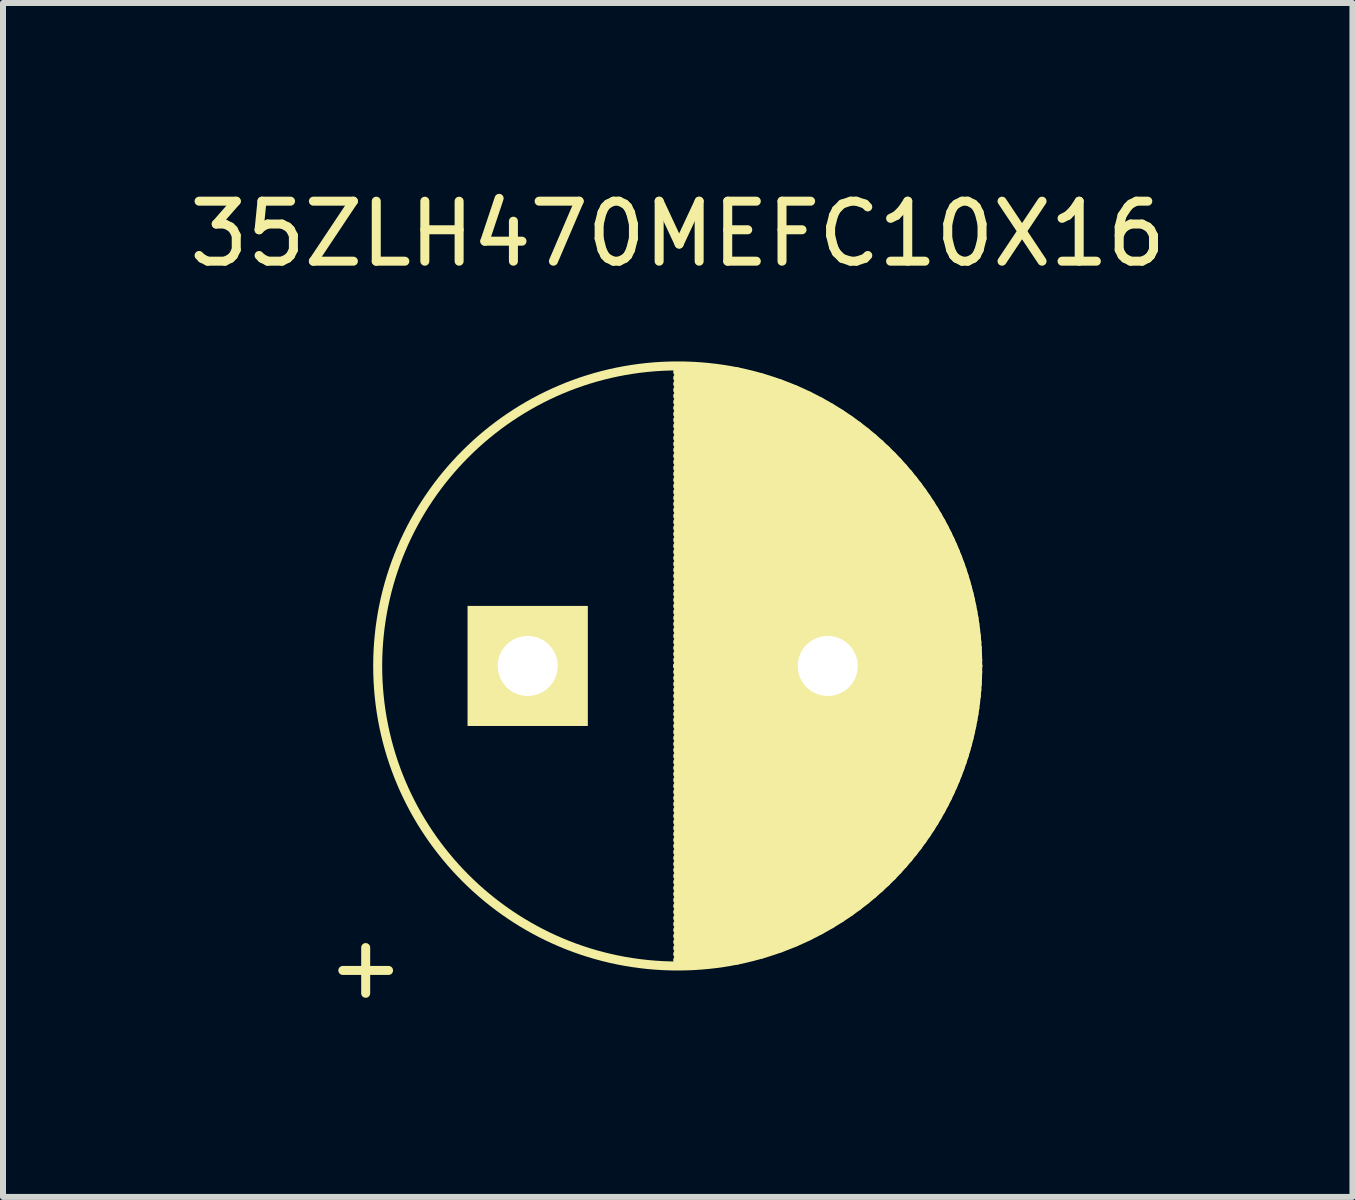
<source format=kicad_pcb>
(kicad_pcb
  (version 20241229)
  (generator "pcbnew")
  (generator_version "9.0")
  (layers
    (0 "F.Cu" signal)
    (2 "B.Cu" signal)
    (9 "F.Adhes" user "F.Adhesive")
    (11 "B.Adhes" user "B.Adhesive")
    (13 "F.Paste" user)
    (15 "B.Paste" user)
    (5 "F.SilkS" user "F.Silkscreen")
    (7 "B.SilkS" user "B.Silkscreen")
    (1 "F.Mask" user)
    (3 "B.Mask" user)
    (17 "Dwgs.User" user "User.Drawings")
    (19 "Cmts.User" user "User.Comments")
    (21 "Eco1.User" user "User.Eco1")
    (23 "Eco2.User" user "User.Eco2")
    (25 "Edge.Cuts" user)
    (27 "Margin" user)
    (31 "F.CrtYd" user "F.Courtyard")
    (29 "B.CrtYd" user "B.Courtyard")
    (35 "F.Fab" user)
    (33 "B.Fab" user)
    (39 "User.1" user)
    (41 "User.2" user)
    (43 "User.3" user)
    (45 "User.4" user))
  (footprint "35ZLH470MEFC10X16"
    (layer "F.Cu")
    (at 5.744 8.048)
    (property "Reference" "35ZLH470MEFC10X16" (at 2.5 -7.2 0) (layer "F.SilkS") (effects (font (size 1 1) (thickness 0.15))))
    (attr through_hole)
    (fp_line (start 2.5 -4.9) (end 3.495 -4.9) (stroke (width 0.15) (type solid)) (layer "F.SilkS"))
    (fp_line (start 2.5 -4.8) (end 3.9 -4.8) (stroke (width 0.15) (type solid)) (layer "F.SilkS"))
    (fp_line (start 2.5 -4.7) (end 4.206 -4.7) (stroke (width 0.15) (type solid)) (layer "F.SilkS"))
    (fp_line (start 2.5 -4.6) (end 4.46 -4.6) (stroke (width 0.15) (type solid)) (layer "F.SilkS"))
    (fp_line (start 2.5 -4.5) (end 4.679 -4.5) (stroke (width 0.15) (type solid)) (layer "F.SilkS"))
    (fp_line (start 2.5 -4.4) (end 4.875 -4.4) (stroke (width 0.15) (type solid)) (layer "F.SilkS"))
    (fp_line (start 2.5 -4.3) (end 5.051 -4.3) (stroke (width 0.15) (type solid)) (layer "F.SilkS"))
    (fp_line (start 2.5 -4.2) (end 5.213 -4.2) (stroke (width 0.15) (type solid)) (layer "F.SilkS"))
    (fp_line (start 2.5 -4.1) (end 5.362 -4.1) (stroke (width 0.15) (type solid)) (layer "F.SilkS"))
    (fp_line (start 2.5 -4) (end 5.5 -4) (stroke (width 0.15) (type solid)) (layer "F.SilkS"))
    (fp_line (start 2.5 -3.9) (end 5.629 -3.9) (stroke (width 0.15) (type solid)) (layer "F.SilkS"))
    (fp_line (start 2.5 -3.8) (end 5.75 -3.8) (stroke (width 0.15) (type solid)) (layer "F.SilkS"))
    (fp_line (start 2.5 -3.7) (end 5.863 -3.7) (stroke (width 0.15) (type solid)) (layer "F.SilkS"))
    (fp_line (start 2.5 -3.6) (end 5.97 -3.6) (stroke (width 0.15) (type solid)) (layer "F.SilkS"))
    (fp_line (start 2.5 -3.5) (end 6.071 -3.5) (stroke (width 0.15) (type solid)) (layer "F.SilkS"))
    (fp_line (start 2.5 -3.4) (end 6.166 -3.4) (stroke (width 0.15) (type solid)) (layer "F.SilkS"))
    (fp_line (start 2.5 -3.3) (end 6.256 -3.3) (stroke (width 0.15) (type solid)) (layer "F.SilkS"))
    (fp_line (start 2.5 -3.2) (end 6.342 -3.2) (stroke (width 0.15) (type solid)) (layer "F.SilkS"))
    (fp_line (start 2.5 -3.1) (end 6.423 -3.1) (stroke (width 0.15) (type solid)) (layer "F.SilkS"))
    (fp_line (start 2.5 -3) (end 6.5 -3) (stroke (width 0.15) (type solid)) (layer "F.SilkS"))
    (fp_line (start 2.5 -2.9) (end 6.573 -2.9) (stroke (width 0.15) (type solid)) (layer "F.SilkS"))
    (fp_line (start 2.5 -2.8) (end 6.642 -2.8) (stroke (width 0.15) (type solid)) (layer "F.SilkS"))
    (fp_line (start 2.5 -2.7) (end 6.708 -2.7) (stroke (width 0.15) (type solid)) (layer "F.SilkS"))
    (fp_line (start 2.5 -2.6) (end 6.771 -2.6) (stroke (width 0.15) (type solid)) (layer "F.SilkS"))
    (fp_line (start 2.5 -2.5) (end 6.83 -2.5) (stroke (width 0.15) (type solid)) (layer "F.SilkS"))
    (fp_line (start 2.5 -2.4) (end 6.886 -2.4) (stroke (width 0.15) (type solid)) (layer "F.SilkS"))
    (fp_line (start 2.5 -2.3) (end 6.94 -2.3) (stroke (width 0.15) (type solid)) (layer "F.SilkS"))
    (fp_line (start 2.5 -2.2) (end 6.99 -2.2) (stroke (width 0.15) (type solid)) (layer "F.SilkS"))
    (fp_line (start 2.5 -2.1) (end 7.038 -2.1) (stroke (width 0.15) (type solid)) (layer "F.SilkS"))
    (fp_line (start 2.5 -2) (end 7.083 -2) (stroke (width 0.15) (type solid)) (layer "F.SilkS"))
    (fp_line (start 2.5 -1.9) (end 7.125 -1.9) (stroke (width 0.15) (type solid)) (layer "F.SilkS"))
    (fp_line (start 2.5 -1.8) (end 7.165 -1.8) (stroke (width 0.15) (type solid)) (layer "F.SilkS"))
    (fp_line (start 2.5 -1.7) (end 7.202 -1.7) (stroke (width 0.15) (type solid)) (layer "F.SilkS"))
    (fp_line (start 2.5 -1.6) (end 7.237 -1.6) (stroke (width 0.15) (type solid)) (layer "F.SilkS"))
    (fp_line (start 2.5 -1.5) (end 7.27 -1.5) (stroke (width 0.15) (type solid)) (layer "F.SilkS"))
    (fp_line (start 2.5 -1.4) (end 7.3 -1.4) (stroke (width 0.15) (type solid)) (layer "F.SilkS"))
    (fp_line (start 2.5 -1.3) (end 7.328 -1.3) (stroke (width 0.15) (type solid)) (layer "F.SilkS"))
    (fp_line (start 2.5 -1.2) (end 7.354 -1.2) (stroke (width 0.15) (type solid)) (layer "F.SilkS"))
    (fp_line (start 2.5 -1.1) (end 7.377 -1.1) (stroke (width 0.15) (type solid)) (layer "F.SilkS"))
    (fp_line (start 2.5 -1) (end 7.399 -1) (stroke (width 0.15) (type solid)) (layer "F.SilkS"))
    (fp_line (start 2.5 -0.9) (end 7.418 -0.9) (stroke (width 0.15) (type solid)) (layer "F.SilkS"))
    (fp_line (start 2.5 -0.8) (end 7.436 -0.8) (stroke (width 0.15) (type solid)) (layer "F.SilkS"))
    (fp_line (start 2.5 -0.7) (end 7.451 -0.7) (stroke (width 0.15) (type solid)) (layer "F.SilkS"))
    (fp_line (start 2.5 -0.6) (end 7.464 -0.6) (stroke (width 0.15) (type solid)) (layer "F.SilkS"))
    (fp_line (start 2.5 -0.5) (end 7.475 -0.5) (stroke (width 0.15) (type solid)) (layer "F.SilkS"))
    (fp_line (start 2.5 -0.4) (end 7.484 -0.4) (stroke (width 0.15) (type solid)) (layer "F.SilkS"))
    (fp_line (start 2.5 -0.3) (end 7.491 -0.3) (stroke (width 0.15) (type solid)) (layer "F.SilkS"))
    (fp_line (start 2.5 -0.2) (end 7.496 -0.2) (stroke (width 0.15) (type solid)) (layer "F.SilkS"))
    (fp_line (start 2.5 -0.1) (end 7.499 -0.1) (stroke (width 0.15) (type solid)) (layer "F.SilkS"))
    (fp_line (start 2.5 0) (end 7.5 0) (stroke (width 0.15) (type solid)) (layer "F.SilkS"))
    (fp_line (start 2.5 0) (end 7.5 0) (stroke (width 0.15) (type solid)) (layer "F.SilkS"))
    (fp_line (start 2.5 0.1) (end 7.499 0.1) (stroke (width 0.15) (type solid)) (layer "F.SilkS"))
    (fp_line (start 2.5 0.2) (end 7.496 0.2) (stroke (width 0.15) (type solid)) (layer "F.SilkS"))
    (fp_line (start 2.5 0.3) (end 7.491 0.3) (stroke (width 0.15) (type solid)) (layer "F.SilkS"))
    (fp_line (start 2.5 0.4) (end 7.484 0.4) (stroke (width 0.15) (type solid)) (layer "F.SilkS"))
    (fp_line (start 2.5 0.5) (end 7.475 0.5) (stroke (width 0.15) (type solid)) (layer "F.SilkS"))
    (fp_line (start 2.5 0.6) (end 7.464 0.6) (stroke (width 0.15) (type solid)) (layer "F.SilkS"))
    (fp_line (start 2.5 0.7) (end 7.451 0.7) (stroke (width 0.15) (type solid)) (layer "F.SilkS"))
    (fp_line (start 2.5 0.8) (end 7.436 0.8) (stroke (width 0.15) (type solid)) (layer "F.SilkS"))
    (fp_line (start 2.5 0.9) (end 7.418 0.9) (stroke (width 0.15) (type solid)) (layer "F.SilkS"))
    (fp_line (start 2.5 1) (end 7.399 1) (stroke (width 0.15) (type solid)) (layer "F.SilkS"))
    (fp_line (start 2.5 1.1) (end 7.377 1.1) (stroke (width 0.15) (type solid)) (layer "F.SilkS"))
    (fp_line (start 2.5 1.2) (end 7.354 1.2) (stroke (width 0.15) (type solid)) (layer "F.SilkS"))
    (fp_line (start 2.5 1.3) (end 7.328 1.3) (stroke (width 0.15) (type solid)) (layer "F.SilkS"))
    (fp_line (start 2.5 1.4) (end 7.3 1.4) (stroke (width 0.15) (type solid)) (layer "F.SilkS"))
    (fp_line (start 2.5 1.5) (end 7.27 1.5) (stroke (width 0.15) (type solid)) (layer "F.SilkS"))
    (fp_line (start 2.5 1.6) (end 7.237 1.6) (stroke (width 0.15) (type solid)) (layer "F.SilkS"))
    (fp_line (start 2.5 1.7) (end 7.202 1.7) (stroke (width 0.15) (type solid)) (layer "F.SilkS"))
    (fp_line (start 2.5 1.8) (end 7.165 1.8) (stroke (width 0.15) (type solid)) (layer "F.SilkS"))
    (fp_line (start 2.5 1.9) (end 7.125 1.9) (stroke (width 0.15) (type solid)) (layer "F.SilkS"))
    (fp_line (start 2.5 2) (end 7.083 2) (stroke (width 0.15) (type solid)) (layer "F.SilkS"))
    (fp_line (start 2.5 2.1) (end 7.038 2.1) (stroke (width 0.15) (type solid)) (layer "F.SilkS"))
    (fp_line (start 2.5 2.2) (end 6.99 2.2) (stroke (width 0.15) (type solid)) (layer "F.SilkS"))
    (fp_line (start 2.5 2.3) (end 6.94 2.3) (stroke (width 0.15) (type solid)) (layer "F.SilkS"))
    (fp_line (start 2.5 2.4) (end 6.886 2.4) (stroke (width 0.15) (type solid)) (layer "F.SilkS"))
    (fp_line (start 2.5 2.5) (end 6.83 2.5) (stroke (width 0.15) (type solid)) (layer "F.SilkS"))
    (fp_line (start 2.5 2.6) (end 6.771 2.6) (stroke (width 0.15) (type solid)) (layer "F.SilkS"))
    (fp_line (start 2.5 2.7) (end 6.708 2.7) (stroke (width 0.15) (type solid)) (layer "F.SilkS"))
    (fp_line (start 2.5 2.8) (end 6.642 2.8) (stroke (width 0.15) (type solid)) (layer "F.SilkS"))
    (fp_line (start 2.5 2.9) (end 6.573 2.9) (stroke (width 0.15) (type solid)) (layer "F.SilkS"))
    (fp_line (start 2.5 3) (end 6.5 3) (stroke (width 0.15) (type solid)) (layer "F.SilkS"))
    (fp_line (start 2.5 3.1) (end 6.423 3.1) (stroke (width 0.15) (type solid)) (layer "F.SilkS"))
    (fp_line (start 2.5 3.2) (end 6.342 3.2) (stroke (width 0.15) (type solid)) (layer "F.SilkS"))
    (fp_line (start 2.5 3.3) (end 6.256 3.3) (stroke (width 0.15) (type solid)) (layer "F.SilkS"))
    (fp_line (start 2.5 3.4) (end 6.166 3.4) (stroke (width 0.15) (type solid)) (layer "F.SilkS"))
    (fp_line (start 2.5 3.5) (end 6.071 3.5) (stroke (width 0.15) (type solid)) (layer "F.SilkS"))
    (fp_line (start 2.5 3.6) (end 5.97 3.6) (stroke (width 0.15) (type solid)) (layer "F.SilkS"))
    (fp_line (start 2.5 3.7) (end 5.863 3.7) (stroke (width 0.15) (type solid)) (layer "F.SilkS"))
    (fp_line (start 2.5 3.8) (end 5.75 3.8) (stroke (width 0.15) (type solid)) (layer "F.SilkS"))
    (fp_line (start 2.5 3.9) (end 5.629 3.9) (stroke (width 0.15) (type solid)) (layer "F.SilkS"))
    (fp_line (start 2.5 4) (end 5.5 4) (stroke (width 0.15) (type solid)) (layer "F.SilkS"))
    (fp_line (start 2.5 4.1) (end 5.362 4.1) (stroke (width 0.15) (type solid)) (layer "F.SilkS"))
    (fp_line (start 2.5 4.2) (end 5.213 4.2) (stroke (width 0.15) (type solid)) (layer "F.SilkS"))
    (fp_line (start 2.5 4.3) (end 5.051 4.3) (stroke (width 0.15) (type solid)) (layer "F.SilkS"))
    (fp_line (start 2.5 4.4) (end 4.875 4.4) (stroke (width 0.15) (type solid)) (layer "F.SilkS"))
    (fp_line (start 2.5 4.5) (end 4.679 4.5) (stroke (width 0.15) (type solid)) (layer "F.SilkS"))
    (fp_line (start 2.5 4.6) (end 4.46 4.6) (stroke (width 0.15) (type solid)) (layer "F.SilkS"))
    (fp_line (start 2.5 4.7) (end 4.206 4.7) (stroke (width 0.15) (type solid)) (layer "F.SilkS"))
    (fp_line (start 2.5 4.8) (end 3.9 4.8) (stroke (width 0.15) (type solid)) (layer "F.SilkS"))
    (fp_line (start 2.5 4.9) (end 3.495 4.9) (stroke (width 0.15) (type solid)) (layer "F.SilkS"))
    (fp_circle (center 2.5 0) (end 2.5 -5) (stroke (width 0.15) (type solid)) (fill no) (layer "F.SilkS"))
    (fp_text user "+" (at -2.7 5 0) (layer "F.SilkS") (effects (font (size 1 1) (thickness 0.15))))
    (pad "1" thru_hole rect (at 0 0) (size 2 2) (drill 1) (layers "*.Cu" "*.Mask" "F.SilkS"))
    (pad "2" thru_hole circle (at 5 0) (size 2 2) (drill 1) (layers "*.Cu" "*.Mask" "F.SilkS")))
  (gr_rect
    (start -3 -3)
    (end 19.488 16.896)
    (stroke (width 0.1) (type default))
    (fill no)
    (layer "Edge.Cuts")))
</source>
